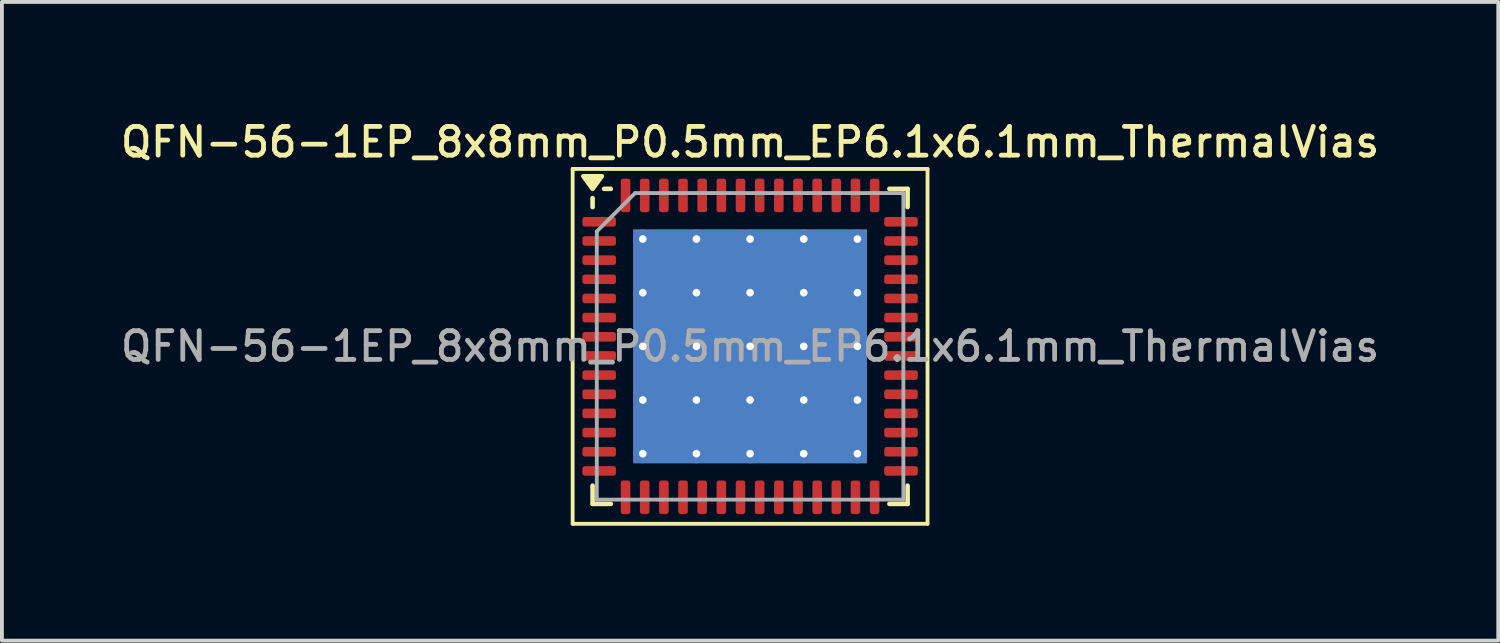
<source format=kicad_pcb>
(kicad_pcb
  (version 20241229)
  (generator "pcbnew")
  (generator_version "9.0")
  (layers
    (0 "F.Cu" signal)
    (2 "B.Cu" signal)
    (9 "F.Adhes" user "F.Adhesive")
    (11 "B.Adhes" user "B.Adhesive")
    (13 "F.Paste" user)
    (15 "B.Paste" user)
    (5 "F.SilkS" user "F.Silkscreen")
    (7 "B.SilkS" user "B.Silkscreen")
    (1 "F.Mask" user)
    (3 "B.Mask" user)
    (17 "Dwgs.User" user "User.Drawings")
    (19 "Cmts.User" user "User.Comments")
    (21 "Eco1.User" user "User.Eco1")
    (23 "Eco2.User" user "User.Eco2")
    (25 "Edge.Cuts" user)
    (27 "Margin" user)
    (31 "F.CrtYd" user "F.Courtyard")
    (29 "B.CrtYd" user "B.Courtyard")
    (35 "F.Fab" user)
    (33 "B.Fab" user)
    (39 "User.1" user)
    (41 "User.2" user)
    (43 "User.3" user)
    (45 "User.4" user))
  (footprint "QFN-56-1EP_8x8mm_P0.5mm_EP6.1x6.1mm_ThermalVias"
    (layer "F.Cu")
    (at 16.523 5.988)
    (property "Reference" "QFN-56-1EP_8x8mm_P0.5mm_EP6.1x6.1mm_ThermalVias" (at 0 -5.33 0) (layer "F.SilkS") (effects (font (size 0.75 0.75) (thickness 0.125))))
    (attr smd)
    (fp_line (start -4.63 -4.63) (end -4.63 4.63) (stroke (width 0.1) (type solid)) (layer "F.SilkS"))
    (fp_line (start -4.63 4.63) (end 4.63 4.63) (stroke (width 0.1) (type solid)) (layer "F.SilkS"))
    (fp_line (start -4.11 -3.635) (end -4.11 -3.87) (stroke (width 0.12) (type solid)) (layer "F.SilkS"))
    (fp_line (start -4.11 4.11) (end -4.11 3.635) (stroke (width 0.12) (type solid)) (layer "F.SilkS"))
    (fp_line (start -3.635 -4.11) (end -3.81 -4.11) (stroke (width 0.12) (type solid)) (layer "F.SilkS"))
    (fp_line (start -3.635 4.11) (end -4.11 4.11) (stroke (width 0.12) (type solid)) (layer "F.SilkS"))
    (fp_line (start 3.635 -4.11) (end 4.11 -4.11) (stroke (width 0.12) (type solid)) (layer "F.SilkS"))
    (fp_line (start 3.635 4.11) (end 4.11 4.11) (stroke (width 0.12) (type solid)) (layer "F.SilkS"))
    (fp_line (start 4.11 -4.11) (end 4.11 -3.635) (stroke (width 0.12) (type solid)) (layer "F.SilkS"))
    (fp_line (start 4.11 4.11) (end 4.11 3.635) (stroke (width 0.12) (type solid)) (layer "F.SilkS"))
    (fp_line (start 4.63 -4.63) (end -4.63 -4.63) (stroke (width 0.1) (type solid)) (layer "F.SilkS"))
    (fp_line (start 4.63 4.63) (end 4.63 -4.63) (stroke (width 0.1) (type solid)) (layer "F.SilkS"))
    (fp_poly (pts (xy -4.11 -4.11) (xy -4.35 -4.44) (xy -3.87 -4.44) (xy -4.11 -4.11)) (stroke (width 0.12) (type solid)) (fill yes) (layer "F.SilkS"))
    (fp_line (start -4 -3) (end -3 -4) (stroke (width 0.1) (type solid)) (layer "F.Fab"))
    (fp_line (start -4 4) (end -4 -3) (stroke (width 0.1) (type solid)) (layer "F.Fab"))
    (fp_line (start -3 -4) (end 4 -4) (stroke (width 0.1) (type solid)) (layer "F.Fab"))
    (fp_line (start 4 -4) (end 4 4) (stroke (width 0.1) (type solid)) (layer "F.Fab"))
    (fp_line (start 4 4) (end -4 4) (stroke (width 0.1) (type solid)) (layer "F.Fab"))
    (fp_text user "${REFERENCE}" (at 0 0 0) (layer "F.Fab") (effects (font (size 0.75 0.75) (thickness 0.125))))
    (pad "" smd roundrect (at -2.1 -2.1) (size 1.181 1.181) (layers "F.Paste") (roundrect_rratio 0.212))
    (pad "" smd roundrect (at -2.1 -0.7) (size 1.181 1.181) (layers "F.Paste") (roundrect_rratio 0.212))
    (pad "" smd roundrect (at -2.1 0.7) (size 1.181 1.181) (layers "F.Paste") (roundrect_rratio 0.212))
    (pad "" smd roundrect (at -2.1 2.1) (size 1.181 1.181) (layers "F.Paste") (roundrect_rratio 0.212))
    (pad "" smd roundrect (at -0.7 -2.1) (size 1.181 1.181) (layers "F.Paste") (roundrect_rratio 0.212))
    (pad "" smd roundrect (at -0.7 -0.7) (size 1.181 1.181) (layers "F.Paste") (roundrect_rratio 0.212))
    (pad "" smd roundrect (at -0.7 0.7) (size 1.181 1.181) (layers "F.Paste") (roundrect_rratio 0.212))
    (pad "" smd roundrect (at -0.7 2.1) (size 1.181 1.181) (layers "F.Paste") (roundrect_rratio 0.212))
    (pad "" smd roundrect (at 0.7 -2.1) (size 1.181 1.181) (layers "F.Paste") (roundrect_rratio 0.212))
    (pad "" smd roundrect (at 0.7 -0.7) (size 1.181 1.181) (layers "F.Paste") (roundrect_rratio 0.212))
    (pad "" smd roundrect (at 0.7 0.7) (size 1.181 1.181) (layers "F.Paste") (roundrect_rratio 0.212))
    (pad "" smd roundrect (at 0.7 2.1) (size 1.181 1.181) (layers "F.Paste") (roundrect_rratio 0.212))
    (pad "" smd roundrect (at 2.1 -2.1) (size 1.181 1.181) (layers "F.Paste") (roundrect_rratio 0.212))
    (pad "" smd roundrect (at 2.1 -0.7) (size 1.181 1.181) (layers "F.Paste") (roundrect_rratio 0.212))
    (pad "" smd roundrect (at 2.1 0.7) (size 1.181 1.181) (layers "F.Paste") (roundrect_rratio 0.212))
    (pad "" smd roundrect (at 2.1 2.1) (size 1.181 1.181) (layers "F.Paste") (roundrect_rratio 0.212))
    (pad "1" smd roundrect (at -3.938 -3.25) (size 0.875 0.25) (layers "F.Cu" "F.Mask" "F.Paste") (roundrect_rratio 0.25))
    (pad "2" smd roundrect (at -3.938 -2.75) (size 0.875 0.25) (layers "F.Cu" "F.Mask" "F.Paste") (roundrect_rratio 0.25))
    (pad "3" smd roundrect (at -3.938 -2.25) (size 0.875 0.25) (layers "F.Cu" "F.Mask" "F.Paste") (roundrect_rratio 0.25))
    (pad "4" smd roundrect (at -3.938 -1.75) (size 0.875 0.25) (layers "F.Cu" "F.Mask" "F.Paste") (roundrect_rratio 0.25))
    (pad "5" smd roundrect (at -3.938 -1.25) (size 0.875 0.25) (layers "F.Cu" "F.Mask" "F.Paste") (roundrect_rratio 0.25))
    (pad "6" smd roundrect (at -3.938 -0.75) (size 0.875 0.25) (layers "F.Cu" "F.Mask" "F.Paste") (roundrect_rratio 0.25))
    (pad "7" smd roundrect (at -3.938 -0.25) (size 0.875 0.25) (layers "F.Cu" "F.Mask" "F.Paste") (roundrect_rratio 0.25))
    (pad "8" smd roundrect (at -3.938 0.25) (size 0.875 0.25) (layers "F.Cu" "F.Mask" "F.Paste") (roundrect_rratio 0.25))
    (pad "9" smd roundrect (at -3.938 0.75) (size 0.875 0.25) (layers "F.Cu" "F.Mask" "F.Paste") (roundrect_rratio 0.25))
    (pad "10" smd roundrect (at -3.938 1.25) (size 0.875 0.25) (layers "F.Cu" "F.Mask" "F.Paste") (roundrect_rratio 0.25))
    (pad "11" smd roundrect (at -3.938 1.75) (size 0.875 0.25) (layers "F.Cu" "F.Mask" "F.Paste") (roundrect_rratio 0.25))
    (pad "12" smd roundrect (at -3.938 2.25) (size 0.875 0.25) (layers "F.Cu" "F.Mask" "F.Paste") (roundrect_rratio 0.25))
    (pad "13" smd roundrect (at -3.938 2.75) (size 0.875 0.25) (layers "F.Cu" "F.Mask" "F.Paste") (roundrect_rratio 0.25))
    (pad "14" smd roundrect (at -3.938 3.25) (size 0.875 0.25) (layers "F.Cu" "F.Mask" "F.Paste") (roundrect_rratio 0.25))
    (pad "15" smd roundrect (at -3.25 3.938) (size 0.25 0.875) (layers "F.Cu" "F.Mask" "F.Paste") (roundrect_rratio 0.25))
    (pad "16" smd roundrect (at -2.75 3.938) (size 0.25 0.875) (layers "F.Cu" "F.Mask" "F.Paste") (roundrect_rratio 0.25))
    (pad "17" smd roundrect (at -2.25 3.938) (size 0.25 0.875) (layers "F.Cu" "F.Mask" "F.Paste") (roundrect_rratio 0.25))
    (pad "18" smd roundrect (at -1.75 3.938) (size 0.25 0.875) (layers "F.Cu" "F.Mask" "F.Paste") (roundrect_rratio 0.25))
    (pad "19" smd roundrect (at -1.25 3.938) (size 0.25 0.875) (layers "F.Cu" "F.Mask" "F.Paste") (roundrect_rratio 0.25))
    (pad "20" smd roundrect (at -0.75 3.938) (size 0.25 0.875) (layers "F.Cu" "F.Mask" "F.Paste") (roundrect_rratio 0.25))
    (pad "21" smd roundrect (at -0.25 3.938) (size 0.25 0.875) (layers "F.Cu" "F.Mask" "F.Paste") (roundrect_rratio 0.25))
    (pad "22" smd roundrect (at 0.25 3.938) (size 0.25 0.875) (layers "F.Cu" "F.Mask" "F.Paste") (roundrect_rratio 0.25))
    (pad "23" smd roundrect (at 0.75 3.938) (size 0.25 0.875) (layers "F.Cu" "F.Mask" "F.Paste") (roundrect_rratio 0.25))
    (pad "24" smd roundrect (at 1.25 3.938) (size 0.25 0.875) (layers "F.Cu" "F.Mask" "F.Paste") (roundrect_rratio 0.25))
    (pad "25" smd roundrect (at 1.75 3.938) (size 0.25 0.875) (layers "F.Cu" "F.Mask" "F.Paste") (roundrect_rratio 0.25))
    (pad "26" smd roundrect (at 2.25 3.938) (size 0.25 0.875) (layers "F.Cu" "F.Mask" "F.Paste") (roundrect_rratio 0.25))
    (pad "27" smd roundrect (at 2.75 3.938) (size 0.25 0.875) (layers "F.Cu" "F.Mask" "F.Paste") (roundrect_rratio 0.25))
    (pad "28" smd roundrect (at 3.25 3.938) (size 0.25 0.875) (layers "F.Cu" "F.Mask" "F.Paste") (roundrect_rratio 0.25))
    (pad "29" smd roundrect (at 3.938 3.25) (size 0.875 0.25) (layers "F.Cu" "F.Mask" "F.Paste") (roundrect_rratio 0.25))
    (pad "30" smd roundrect (at 3.938 2.75) (size 0.875 0.25) (layers "F.Cu" "F.Mask" "F.Paste") (roundrect_rratio 0.25))
    (pad "31" smd roundrect (at 3.938 2.25) (size 0.875 0.25) (layers "F.Cu" "F.Mask" "F.Paste") (roundrect_rratio 0.25))
    (pad "32" smd roundrect (at 3.938 1.75) (size 0.875 0.25) (layers "F.Cu" "F.Mask" "F.Paste") (roundrect_rratio 0.25))
    (pad "33" smd roundrect (at 3.938 1.25) (size 0.875 0.25) (layers "F.Cu" "F.Mask" "F.Paste") (roundrect_rratio 0.25))
    (pad "34" smd roundrect (at 3.938 0.75) (size 0.875 0.25) (layers "F.Cu" "F.Mask" "F.Paste") (roundrect_rratio 0.25))
    (pad "35" smd roundrect (at 3.938 0.25) (size 0.875 0.25) (layers "F.Cu" "F.Mask" "F.Paste") (roundrect_rratio 0.25))
    (pad "36" smd roundrect (at 3.938 -0.25) (size 0.875 0.25) (layers "F.Cu" "F.Mask" "F.Paste") (roundrect_rratio 0.25))
    (pad "37" smd roundrect (at 3.938 -0.75) (size 0.875 0.25) (layers "F.Cu" "F.Mask" "F.Paste") (roundrect_rratio 0.25))
    (pad "38" smd roundrect (at 3.938 -1.25) (size 0.875 0.25) (layers "F.Cu" "F.Mask" "F.Paste") (roundrect_rratio 0.25))
    (pad "39" smd roundrect (at 3.938 -1.75) (size 0.875 0.25) (layers "F.Cu" "F.Mask" "F.Paste") (roundrect_rratio 0.25))
    (pad "40" smd roundrect (at 3.938 -2.25) (size 0.875 0.25) (layers "F.Cu" "F.Mask" "F.Paste") (roundrect_rratio 0.25))
    (pad "41" smd roundrect (at 3.938 -2.75) (size 0.875 0.25) (layers "F.Cu" "F.Mask" "F.Paste") (roundrect_rratio 0.25))
    (pad "42" smd roundrect (at 3.938 -3.25) (size 0.875 0.25) (layers "F.Cu" "F.Mask" "F.Paste") (roundrect_rratio 0.25))
    (pad "43" smd roundrect (at 3.25 -3.938) (size 0.25 0.875) (layers "F.Cu" "F.Mask" "F.Paste") (roundrect_rratio 0.25))
    (pad "44" smd roundrect (at 2.75 -3.938) (size 0.25 0.875) (layers "F.Cu" "F.Mask" "F.Paste") (roundrect_rratio 0.25))
    (pad "45" smd roundrect (at 2.25 -3.938) (size 0.25 0.875) (layers "F.Cu" "F.Mask" "F.Paste") (roundrect_rratio 0.25))
    (pad "46" smd roundrect (at 1.75 -3.938) (size 0.25 0.875) (layers "F.Cu" "F.Mask" "F.Paste") (roundrect_rratio 0.25))
    (pad "47" smd roundrect (at 1.25 -3.938) (size 0.25 0.875) (layers "F.Cu" "F.Mask" "F.Paste") (roundrect_rratio 0.25))
    (pad "48" smd roundrect (at 0.75 -3.938) (size 0.25 0.875) (layers "F.Cu" "F.Mask" "F.Paste") (roundrect_rratio 0.25))
    (pad "49" smd roundrect (at 0.25 -3.938) (size 0.25 0.875) (layers "F.Cu" "F.Mask" "F.Paste") (roundrect_rratio 0.25))
    (pad "50" smd roundrect (at -0.25 -3.938) (size 0.25 0.875) (layers "F.Cu" "F.Mask" "F.Paste") (roundrect_rratio 0.25))
    (pad "51" smd roundrect (at -0.75 -3.938) (size 0.25 0.875) (layers "F.Cu" "F.Mask" "F.Paste") (roundrect_rratio 0.25))
    (pad "52" smd roundrect (at -1.25 -3.938) (size 0.25 0.875) (layers "F.Cu" "F.Mask" "F.Paste") (roundrect_rratio 0.25))
    (pad "53" smd roundrect (at -1.75 -3.938) (size 0.25 0.875) (layers "F.Cu" "F.Mask" "F.Paste") (roundrect_rratio 0.25))
    (pad "54" smd roundrect (at -2.25 -3.938) (size 0.25 0.875) (layers "F.Cu" "F.Mask" "F.Paste") (roundrect_rratio 0.25))
    (pad "55" smd roundrect (at -2.75 -3.938) (size 0.25 0.875) (layers "F.Cu" "F.Mask" "F.Paste") (roundrect_rratio 0.25))
    (pad "56" smd roundrect (at -3.25 -3.938) (size 0.25 0.875) (layers "F.Cu" "F.Mask" "F.Paste") (roundrect_rratio 0.25))
    (pad "57" thru_hole circle (at -2.8 -2.8) (size 0.5 0.5) (drill 0.2) (property pad_prop_heatsink) (layers "*.Cu"))
    (pad "57" thru_hole circle (at -2.8 -1.4) (size 0.5 0.5) (drill 0.2) (property pad_prop_heatsink) (layers "*.Cu"))
    (pad "57" thru_hole circle (at -2.8 0) (size 0.5 0.5) (drill 0.2) (property pad_prop_heatsink) (layers "*.Cu"))
    (pad "57" thru_hole circle (at -2.8 1.4) (size 0.5 0.5) (drill 0.2) (property pad_prop_heatsink) (layers "*.Cu"))
    (pad "57" thru_hole circle (at -2.8 2.8) (size 0.5 0.5) (drill 0.2) (property pad_prop_heatsink) (layers "*.Cu"))
    (pad "57" thru_hole circle (at -1.4 -2.8) (size 0.5 0.5) (drill 0.2) (property pad_prop_heatsink) (layers "*.Cu"))
    (pad "57" thru_hole circle (at -1.4 -1.4) (size 0.5 0.5) (drill 0.2) (property pad_prop_heatsink) (layers "*.Cu"))
    (pad "57" thru_hole circle (at -1.4 0) (size 0.5 0.5) (drill 0.2) (property pad_prop_heatsink) (layers "*.Cu"))
    (pad "57" thru_hole circle (at -1.4 1.4) (size 0.5 0.5) (drill 0.2) (property pad_prop_heatsink) (layers "*.Cu"))
    (pad "57" thru_hole circle (at -1.4 2.8) (size 0.5 0.5) (drill 0.2) (property pad_prop_heatsink) (layers "*.Cu"))
    (pad "57" thru_hole circle (at 0 -2.8) (size 0.5 0.5) (drill 0.2) (property pad_prop_heatsink) (layers "*.Cu"))
    (pad "57" thru_hole circle (at 0 -1.4) (size 0.5 0.5) (drill 0.2) (property pad_prop_heatsink) (layers "*.Cu"))
    (pad "57" thru_hole circle (at 0 0) (size 0.5 0.5) (drill 0.2) (property pad_prop_heatsink) (layers "*.Cu"))
    (pad "57" smd rect (at 0 0) (size 6.1 6.1) (property pad_prop_heatsink) (layers "F.Cu" "F.Mask"))
    (pad "57" smd rect (at 0 0) (size 6.1 6.1) (property pad_prop_heatsink) (layers "B.Cu"))
    (pad "57" thru_hole circle (at 0 1.4) (size 0.5 0.5) (drill 0.2) (property pad_prop_heatsink) (layers "*.Cu"))
    (pad "57" thru_hole circle (at 0 2.8) (size 0.5 0.5) (drill 0.2) (property pad_prop_heatsink) (layers "*.Cu"))
    (pad "57" thru_hole circle (at 1.4 -2.8) (size 0.5 0.5) (drill 0.2) (property pad_prop_heatsink) (layers "*.Cu"))
    (pad "57" thru_hole circle (at 1.4 -1.4) (size 0.5 0.5) (drill 0.2) (property pad_prop_heatsink) (layers "*.Cu"))
    (pad "57" thru_hole circle (at 1.4 0) (size 0.5 0.5) (drill 0.2) (property pad_prop_heatsink) (layers "*.Cu"))
    (pad "57" thru_hole circle (at 1.4 1.4) (size 0.5 0.5) (drill 0.2) (property pad_prop_heatsink) (layers "*.Cu"))
    (pad "57" thru_hole circle (at 1.4 2.8) (size 0.5 0.5) (drill 0.2) (property pad_prop_heatsink) (layers "*.Cu"))
    (pad "57" thru_hole circle (at 2.8 -2.8) (size 0.5 0.5) (drill 0.2) (property pad_prop_heatsink) (layers "*.Cu"))
    (pad "57" thru_hole circle (at 2.8 -1.4) (size 0.5 0.5) (drill 0.2) (property pad_prop_heatsink) (layers "*.Cu"))
    (pad "57" thru_hole circle (at 2.8 0) (size 0.5 0.5) (drill 0.2) (property pad_prop_heatsink) (layers "*.Cu"))
    (pad "57" thru_hole circle (at 2.8 1.4) (size 0.5 0.5) (drill 0.2) (property pad_prop_heatsink) (layers "*.Cu"))
    (pad "57" thru_hole circle (at 2.8 2.8) (size 0.5 0.5) (drill 0.2) (property pad_prop_heatsink) (layers "*.Cu")))
  (gr_rect
    (start -3 -3)
    (end 36.046 13.668)
    (stroke (width 0.1) (type default))
    (fill no)
    (layer "Edge.Cuts")))
</source>
